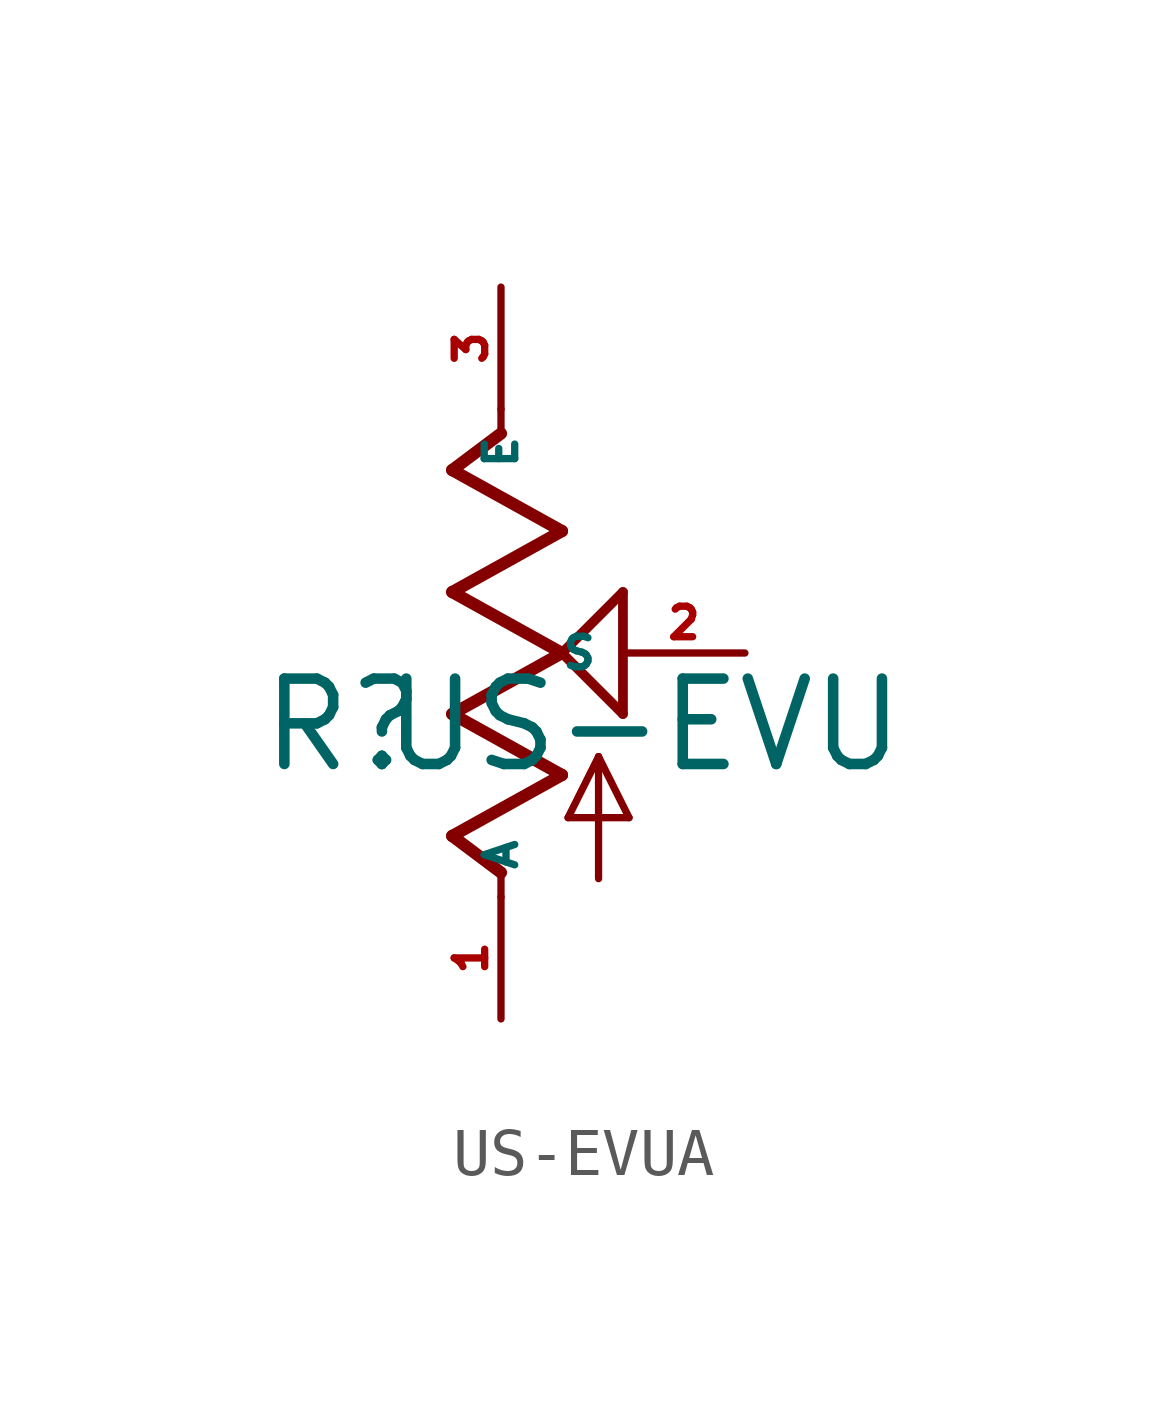
<source format=kicad_sym>
(kicad_symbol_lib
  (version 20220914)
  (generator Eagle2Kicad)
  (symbol "US-EVUA"
    (property "Reference" "R"
      (at -5.08 -2.54 0)
      (effects (font (size 1.778 1.778) (thickness 0.22)) (justify left bottom)))
    (property "Value" "US-EVU"
      (at -2.54 -2.54 0)
      (effects (font (size 1.778 1.778) (thickness 0.22)) (justify left bottom)))
    (polyline
      (pts (xy 0 -5.08) (xy 0 -4.572))
      (stroke (width 0.152) (type default))
      (fill (type none)))
    (polyline
      (pts (xy 0 -4.572) (xy -1.016 -3.81))
      (stroke (width 0.254) (type default))
      (fill (type none)))
    (polyline
      (pts (xy -1.016 -3.81) (xy 1.27 -2.54))
      (stroke (width 0.254) (type default))
      (fill (type none)))
    (polyline
      (pts (xy 1.27 -2.54) (xy -1.016 -1.27))
      (stroke (width 0.254) (type default))
      (fill (type none)))
    (polyline
      (pts (xy -1.016 -1.27) (xy 1.27 0))
      (stroke (width 0.254) (type default))
      (fill (type none)))
    (polyline
      (pts (xy 1.27 0) (xy -1.016 1.27))
      (stroke (width 0.254) (type default))
      (fill (type none)))
    (polyline
      (pts (xy -1.016 1.27) (xy 1.27 2.54))
      (stroke (width 0.254) (type default))
      (fill (type none)))
    (polyline
      (pts (xy 1.27 2.54) (xy -1.016 3.81))
      (stroke (width 0.254) (type default))
      (fill (type none)))
    (polyline
      (pts (xy -1.016 3.81) (xy 0 4.572))
      (stroke (width 0.254) (type default))
      (fill (type none)))
    (polyline
      (pts (xy 0 4.572) (xy 0 5.08))
      (stroke (width 0.152) (type default))
      (fill (type none)))
    (polyline
      (pts (xy 1.27 0) (xy 2.54 1.27))
      (stroke (width 0.203) (type default))
      (fill (type none)))
    (polyline
      (pts (xy 2.54 -1.27) (xy 1.27 0))
      (stroke (width 0.203) (type default))
      (fill (type none)))
    (polyline
      (pts (xy 2.54 1.27) (xy 2.54 -1.27))
      (stroke (width 0.203) (type default))
      (fill (type none)))
    (polyline
      (pts (xy 2.032 -4.699) (xy 2.032 -2.159))
      (stroke (width 0.152) (type default))
      (fill (type none)))
    (polyline
      (pts (xy 2.032 -2.159) (xy 2.667 -3.429))
      (stroke (width 0.152) (type default))
      (fill (type none)))
    (polyline
      (pts (xy 2.667 -3.429) (xy 1.397 -3.429))
      (stroke (width 0.152) (type default))
      (fill (type none)))
    (polyline
      (pts (xy 1.397 -3.429) (xy 2.032 -2.159))
      (stroke (width 0.152) (type default))
      (fill (type none)))
    (pin passive line
      (at 0 -7.62 90)
      (length 2.54)
      (name "A" (effects (font (size 0.635 0.635) (thickness 0.08)) (justify left bottom)))
      (number "1" (effects (font (size 0.635 0.635) (thickness 0.08)) (justify left bottom))))
    (pin passive line
      (at 0 7.62 270)
      (length 2.54)
      (name "E" (effects (font (size 0.635 0.635) (thickness 0.08)) (justify left bottom)))
      (number "3" (effects (font (size 0.635 0.635) (thickness 0.08)) (justify left bottom))))
    (pin passive line
      (at 5.08 0 180)
      (length 2.54)
      (name "S" (effects (font (size 0.635 0.635) (thickness 0.08)) (justify left bottom)))
      (number "2" (effects (font (size 0.635 0.635) (thickness 0.08)) (justify left bottom))))))
</source>
